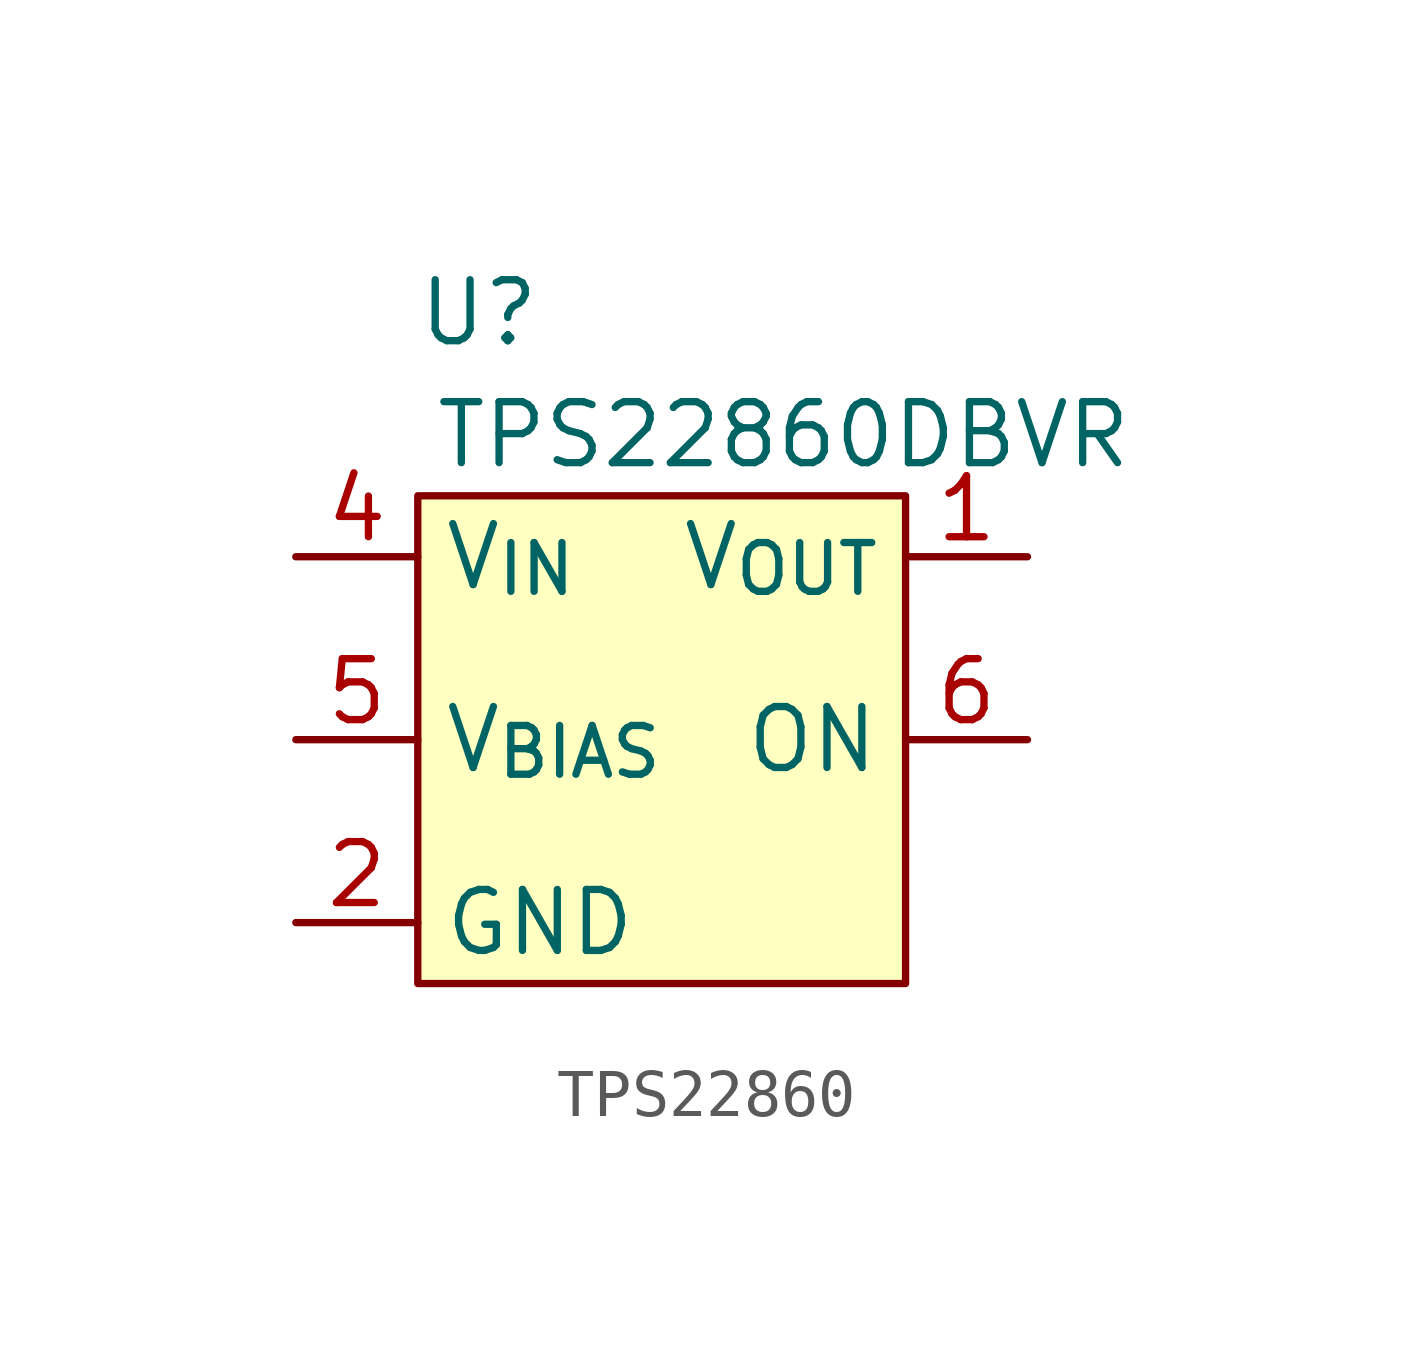
<source format=kicad_sym>
(kicad_symbol_lib
  (version 20220914)
  (generator kicad_symbol_editor)
  (symbol "TPS22860"
    (property "Reference" "U"
      (at -3.81 8.89 0)
      (effects (font (size 1.27 1.27))))
    (property "Value" "TPS22860DBVR"
      (at 2.54 6.35 0)
      (effects (font (size 1.27 1.27))))
    (symbol "TPS22860_1_1"
      (rectangle (start -5.08 5.08) (end 5.08 -5.08) (stroke (width 0) (type default)) (fill (type background)))
      (pin power_out line (at 7.62 3.81 180) (length 2.54) (name "V_{OUT}" (effects (font (size 1.27 1.27)))) (number "1" (effects (font (size 1.27 1.27)))))
      (pin input line (at -7.62 -3.81 0) (length 2.54) (name "GND" (effects (font (size 1.27 1.27)))) (number "2" (effects (font (size 1.27 1.27)))))
      (pin power_in line (at -7.62 3.81 0) (length 2.54) (name "V_{IN}" (effects (font (size 1.27 1.27)))) (number "4" (effects (font (size 1.27 1.27)))))
      (pin input line (at -7.62 0 0) (length 2.54) (name "V_{BIAS}" (effects (font (size 1.27 1.27)))) (number "5" (effects (font (size 1.27 1.27)))))
      (pin input line (at 7.62 0 180) (length 2.54) (name "ON" (effects (font (size 1.27 1.27)))) (number "6" (effects (font (size 1.27 1.27))))))))
</source>
